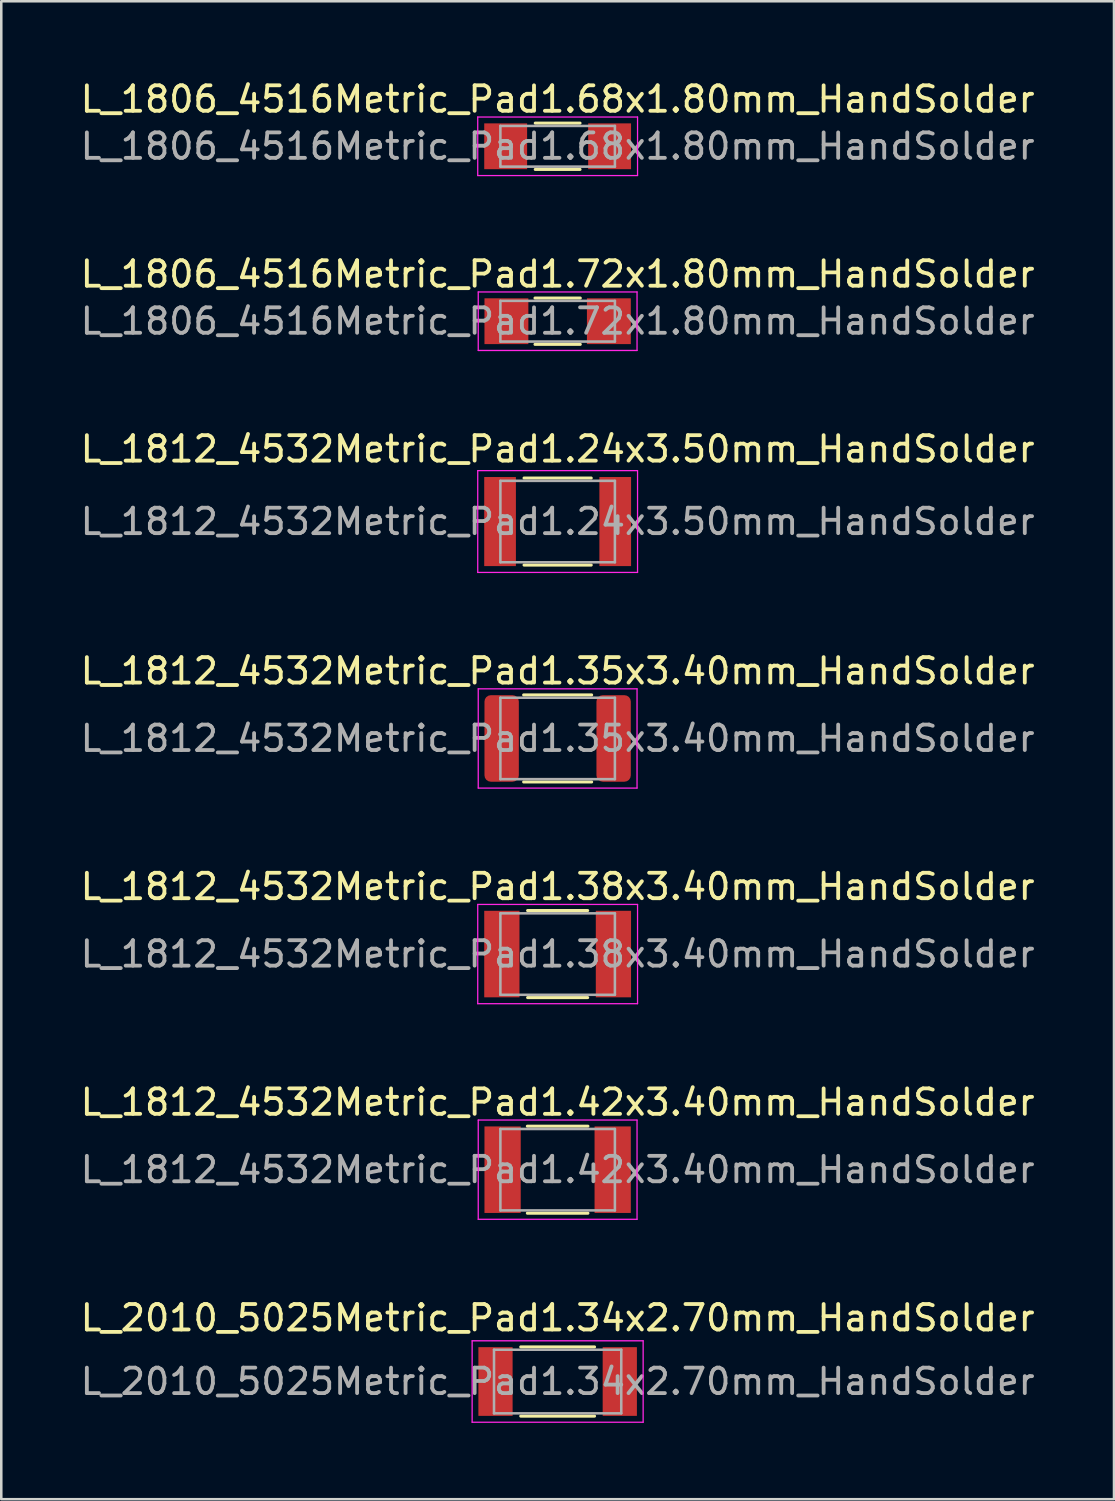
<source format=kicad_pcb>
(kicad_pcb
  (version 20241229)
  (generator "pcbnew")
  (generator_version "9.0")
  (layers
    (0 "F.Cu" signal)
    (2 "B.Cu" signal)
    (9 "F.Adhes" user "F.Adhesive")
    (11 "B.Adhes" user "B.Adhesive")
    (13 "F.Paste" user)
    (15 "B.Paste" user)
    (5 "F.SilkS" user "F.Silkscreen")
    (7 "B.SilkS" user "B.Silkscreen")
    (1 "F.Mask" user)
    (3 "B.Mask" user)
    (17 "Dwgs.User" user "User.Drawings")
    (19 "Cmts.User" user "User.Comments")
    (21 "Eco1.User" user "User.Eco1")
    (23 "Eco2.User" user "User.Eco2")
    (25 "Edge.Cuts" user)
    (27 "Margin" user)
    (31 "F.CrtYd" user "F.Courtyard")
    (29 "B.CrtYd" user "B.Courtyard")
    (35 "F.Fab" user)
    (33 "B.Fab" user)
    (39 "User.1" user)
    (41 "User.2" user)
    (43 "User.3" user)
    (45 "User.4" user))
  (footprint "L_1812_4532Metric_Pad1.35x3.40mm_HandSolder"
    (layer "F.Cu")
    (at 18.863 25.968)
    (property "Reference" "L_1812_4532Metric_Pad1.35x3.40mm_HandSolder" (at 0 -2.65 0) (layer "F.SilkS") (effects (font (size 1 1) (thickness 0.15))))
    (attr smd)
    (fp_line (start -1.336 -1.71) (end 1.336 -1.71) (stroke (width 0.12) (type solid)) (layer "F.SilkS"))
    (fp_line (start -1.336 1.71) (end 1.336 1.71) (stroke (width 0.12) (type solid)) (layer "F.SilkS"))
    (fp_line (start -3.12 -1.95) (end 3.12 -1.95) (stroke (width 0.05) (type solid)) (layer "F.CrtYd"))
    (fp_line (start -3.12 1.95) (end -3.12 -1.95) (stroke (width 0.05) (type solid)) (layer "F.CrtYd"))
    (fp_line (start 3.12 -1.95) (end 3.12 1.95) (stroke (width 0.05) (type solid)) (layer "F.CrtYd"))
    (fp_line (start 3.12 1.95) (end -3.12 1.95) (stroke (width 0.05) (type solid)) (layer "F.CrtYd"))
    (fp_line (start -2.25 -1.6) (end 2.25 -1.6) (stroke (width 0.1) (type solid)) (layer "F.Fab"))
    (fp_line (start -2.25 1.6) (end -2.25 -1.6) (stroke (width 0.1) (type solid)) (layer "F.Fab"))
    (fp_line (start 2.25 -1.6) (end 2.25 1.6) (stroke (width 0.1) (type solid)) (layer "F.Fab"))
    (fp_line (start 2.25 1.6) (end -2.25 1.6) (stroke (width 0.1) (type solid)) (layer "F.Fab"))
    (fp_text user "${REFERENCE}" (at 0 0 0) (layer "F.Fab") (effects (font (size 1 1) (thickness 0.15))))
    (pad "1" smd roundrect (at -2.2 0) (size 1.35 3.4) (layers "F.Cu" "F.Mask" "F.Paste") (roundrect_rratio 0.185))
    (pad "2" smd roundrect (at 2.2 0) (size 1.35 3.4) (layers "F.Cu" "F.Mask" "F.Paste") (roundrect_rratio 0.185)))
  (footprint "L_1812_4532Metric_Pad1.38x3.40mm_HandSolder"
    (layer "F.Cu")
    (at 18.863 34.441)
    (property "Reference" "L_1812_4532Metric_Pad1.38x3.40mm_HandSolder" (at 0 -2.65 0) (layer "F.SilkS") (effects (font (size 1 1) (thickness 0.15))))
    (attr smd)
    (fp_line (start -1.18 -1.71) (end 1.18 -1.71) (stroke (width 0.12) (type solid)) (layer "F.SilkS"))
    (fp_line (start -1.18 1.71) (end 1.18 1.71) (stroke (width 0.12) (type solid)) (layer "F.SilkS"))
    (fp_line (start -3.14 -1.95) (end 3.14 -1.95) (stroke (width 0.05) (type solid)) (layer "F.CrtYd"))
    (fp_line (start -3.14 1.95) (end -3.14 -1.95) (stroke (width 0.05) (type solid)) (layer "F.CrtYd"))
    (fp_line (start 3.14 -1.95) (end 3.14 1.95) (stroke (width 0.05) (type solid)) (layer "F.CrtYd"))
    (fp_line (start 3.14 1.95) (end -3.14 1.95) (stroke (width 0.05) (type solid)) (layer "F.CrtYd"))
    (fp_line (start -2.25 -1.6) (end 2.25 -1.6) (stroke (width 0.1) (type solid)) (layer "F.Fab"))
    (fp_line (start -2.25 1.6) (end -2.25 -1.6) (stroke (width 0.1) (type solid)) (layer "F.Fab"))
    (fp_line (start 2.25 -1.6) (end 2.25 1.6) (stroke (width 0.1) (type solid)) (layer "F.Fab"))
    (fp_line (start 2.25 1.6) (end -2.25 1.6) (stroke (width 0.1) (type solid)) (layer "F.Fab"))
    (fp_text user "${REFERENCE}" (at 0 0 0) (layer "F.Fab") (effects (font (size 1 1) (thickness 0.15))))
    (pad "1" smd rect (at -2.192 0) (size 1.385 3.4) (layers "F.Cu" "F.Mask" "F.Paste"))
    (pad "2" smd rect (at 2.192 0) (size 1.385 3.4) (layers "F.Cu" "F.Mask" "F.Paste")))
  (footprint "L_1812_4532Metric_Pad1.24x3.50mm_HandSolder"
    (layer "F.Cu")
    (at 18.863 17.445)
    (property "Reference" "L_1812_4532Metric_Pad1.24x3.50mm_HandSolder" (at 0 -2.85 0) (layer "F.SilkS") (effects (font (size 1 1) (thickness 0.15))))
    (attr smd)
    (fp_line (start -1.32 -1.71) (end 1.32 -1.71) (stroke (width 0.12) (type solid)) (layer "F.SilkS"))
    (fp_line (start -1.32 1.71) (end 1.32 1.71) (stroke (width 0.12) (type solid)) (layer "F.SilkS"))
    (fp_line (start -3.14 -2) (end 3.14 -2) (stroke (width 0.05) (type solid)) (layer "F.CrtYd"))
    (fp_line (start -3.14 2) (end -3.14 -2) (stroke (width 0.05) (type solid)) (layer "F.CrtYd"))
    (fp_line (start 3.14 -2) (end 3.14 2) (stroke (width 0.05) (type solid)) (layer "F.CrtYd"))
    (fp_line (start 3.14 2) (end -3.14 2) (stroke (width 0.05) (type solid)) (layer "F.CrtYd"))
    (fp_line (start -2.25 -1.6) (end 2.25 -1.6) (stroke (width 0.1) (type solid)) (layer "F.Fab"))
    (fp_line (start -2.25 1.6) (end -2.25 -1.6) (stroke (width 0.1) (type solid)) (layer "F.Fab"))
    (fp_line (start 2.25 -1.6) (end 2.25 1.6) (stroke (width 0.1) (type solid)) (layer "F.Fab"))
    (fp_line (start 2.25 1.6) (end -2.25 1.6) (stroke (width 0.1) (type solid)) (layer "F.Fab"))
    (fp_text user "${REFERENCE}" (at 0 0 0) (layer "F.Fab") (effects (font (size 1 1) (thickness 0.15))))
    (pad "1" smd rect (at -2.263 0) (size 1.245 3.5) (layers "F.Cu" "F.Mask" "F.Paste"))
    (pad "2" smd rect (at 2.263 0) (size 1.245 3.5) (layers "F.Cu" "F.Mask" "F.Paste")))
  (footprint "L_2010_5025Metric_Pad1.34x2.70mm_HandSolder"
    (layer "F.Cu")
    (at 18.863 51.238)
    (property "Reference" "L_2010_5025Metric_Pad1.34x2.70mm_HandSolder" (at 0 -2.5 0) (layer "F.SilkS") (effects (font (size 1 1) (thickness 0.15))))
    (attr smd)
    (fp_line (start -1.45 -1.36) (end 1.45 -1.36) (stroke (width 0.12) (type solid)) (layer "F.SilkS"))
    (fp_line (start -1.45 1.36) (end 1.45 1.36) (stroke (width 0.12) (type solid)) (layer "F.SilkS"))
    (fp_line (start -3.36 -1.6) (end 3.36 -1.6) (stroke (width 0.05) (type solid)) (layer "F.CrtYd"))
    (fp_line (start -3.36 1.6) (end -3.36 -1.6) (stroke (width 0.05) (type solid)) (layer "F.CrtYd"))
    (fp_line (start 3.36 -1.6) (end 3.36 1.6) (stroke (width 0.05) (type solid)) (layer "F.CrtYd"))
    (fp_line (start 3.36 1.6) (end -3.36 1.6) (stroke (width 0.05) (type solid)) (layer "F.CrtYd"))
    (fp_line (start -2.5 -1.25) (end 2.5 -1.25) (stroke (width 0.1) (type solid)) (layer "F.Fab"))
    (fp_line (start -2.5 1.25) (end -2.5 -1.25) (stroke (width 0.1) (type solid)) (layer "F.Fab"))
    (fp_line (start 2.5 -1.25) (end 2.5 1.25) (stroke (width 0.1) (type solid)) (layer "F.Fab"))
    (fp_line (start 2.5 1.25) (end -2.5 1.25) (stroke (width 0.1) (type solid)) (layer "F.Fab"))
    (fp_text user "${REFERENCE}" (at 0 0 0) (layer "F.Fab") (effects (font (size 1 1) (thickness 0.15))))
    (pad "1" smd rect (at -2.442 0) (size 1.345 2.7) (layers "F.Cu" "F.Mask" "F.Paste"))
    (pad "2" smd rect (at 2.442 0) (size 1.345 2.7) (layers "F.Cu" "F.Mask" "F.Paste")))
  (footprint "L_1812_4532Metric_Pad1.42x3.40mm_HandSolder"
    (layer "F.Cu")
    (at 18.863 42.914)
    (property "Reference" "L_1812_4532Metric_Pad1.42x3.40mm_HandSolder" (at 0 -2.65 0) (layer "F.SilkS") (effects (font (size 1 1) (thickness 0.15))))
    (attr smd)
    (fp_line (start -1.19 -1.71) (end 1.19 -1.71) (stroke (width 0.12) (type solid)) (layer "F.SilkS"))
    (fp_line (start -1.19 1.71) (end 1.19 1.71) (stroke (width 0.12) (type solid)) (layer "F.SilkS"))
    (fp_line (start -3.12 -1.95) (end 3.12 -1.95) (stroke (width 0.05) (type solid)) (layer "F.CrtYd"))
    (fp_line (start -3.12 1.95) (end -3.12 -1.95) (stroke (width 0.05) (type solid)) (layer "F.CrtYd"))
    (fp_line (start 3.12 -1.95) (end 3.12 1.95) (stroke (width 0.05) (type solid)) (layer "F.CrtYd"))
    (fp_line (start 3.12 1.95) (end -3.12 1.95) (stroke (width 0.05) (type solid)) (layer "F.CrtYd"))
    (fp_line (start -2.25 -1.6) (end 2.25 -1.6) (stroke (width 0.1) (type solid)) (layer "F.Fab"))
    (fp_line (start -2.25 1.6) (end -2.25 -1.6) (stroke (width 0.1) (type solid)) (layer "F.Fab"))
    (fp_line (start 2.25 -1.6) (end 2.25 1.6) (stroke (width 0.1) (type solid)) (layer "F.Fab"))
    (fp_line (start 2.25 1.6) (end -2.25 1.6) (stroke (width 0.1) (type solid)) (layer "F.Fab"))
    (fp_text user "${REFERENCE}" (at 0 0 0) (layer "F.Fab") (effects (font (size 1 1) (thickness 0.15))))
    (pad "1" smd rect (at -2.163 0) (size 1.425 3.4) (layers "F.Cu" "F.Mask" "F.Paste"))
    (pad "2" smd rect (at 2.163 0) (size 1.425 3.4) (layers "F.Cu" "F.Mask" "F.Paste")))
  (footprint "L_1806_4516Metric_Pad1.68x1.80mm_HandSolder"
    (layer "F.Cu")
    (at 18.863 2.698)
    (property "Reference" "L_1806_4516Metric_Pad1.68x1.80mm_HandSolder" (at 0 -1.85 0) (layer "F.SilkS") (effects (font (size 1 1) (thickness 0.15))))
    (attr smd)
    (fp_line (start -0.88 -0.91) (end 0.88 -0.91) (stroke (width 0.12) (type solid)) (layer "F.SilkS"))
    (fp_line (start -0.88 0.91) (end 0.88 0.91) (stroke (width 0.12) (type solid)) (layer "F.SilkS"))
    (fp_line (start -3.14 -1.15) (end 3.14 -1.15) (stroke (width 0.05) (type solid)) (layer "F.CrtYd"))
    (fp_line (start -3.14 1.15) (end -3.14 -1.15) (stroke (width 0.05) (type solid)) (layer "F.CrtYd"))
    (fp_line (start 3.14 -1.15) (end 3.14 1.15) (stroke (width 0.05) (type solid)) (layer "F.CrtYd"))
    (fp_line (start 3.14 1.15) (end -3.14 1.15) (stroke (width 0.05) (type solid)) (layer "F.CrtYd"))
    (fp_line (start -2.25 -0.8) (end 2.25 -0.8) (stroke (width 0.1) (type solid)) (layer "F.Fab"))
    (fp_line (start -2.25 0.8) (end -2.25 -0.8) (stroke (width 0.1) (type solid)) (layer "F.Fab"))
    (fp_line (start 2.25 -0.8) (end 2.25 0.8) (stroke (width 0.1) (type solid)) (layer "F.Fab"))
    (fp_line (start 2.25 0.8) (end -2.25 0.8) (stroke (width 0.1) (type solid)) (layer "F.Fab"))
    (fp_text user "${REFERENCE}" (at 0 0 0) (layer "F.Fab") (effects (font (size 1 1) (thickness 0.15))))
    (pad "1" smd rect (at -2.042 0) (size 1.685 1.8) (layers "F.Cu" "F.Mask" "F.Paste"))
    (pad "2" smd rect (at 2.042 0) (size 1.685 1.8) (layers "F.Cu" "F.Mask" "F.Paste")))
  (footprint "L_1806_4516Metric_Pad1.72x1.80mm_HandSolder"
    (layer "F.Cu")
    (at 18.863 9.572)
    (property "Reference" "L_1806_4516Metric_Pad1.72x1.80mm_HandSolder" (at 0 -1.85 0) (layer "F.SilkS") (effects (font (size 1 1) (thickness 0.15))))
    (attr smd)
    (fp_line (start -0.89 -0.91) (end 0.89 -0.91) (stroke (width 0.12) (type solid)) (layer "F.SilkS"))
    (fp_line (start -0.89 0.91) (end 0.89 0.91) (stroke (width 0.12) (type solid)) (layer "F.SilkS"))
    (fp_line (start -3.12 -1.15) (end 3.12 -1.15) (stroke (width 0.05) (type solid)) (layer "F.CrtYd"))
    (fp_line (start -3.12 1.15) (end -3.12 -1.15) (stroke (width 0.05) (type solid)) (layer "F.CrtYd"))
    (fp_line (start 3.12 -1.15) (end 3.12 1.15) (stroke (width 0.05) (type solid)) (layer "F.CrtYd"))
    (fp_line (start 3.12 1.15) (end -3.12 1.15) (stroke (width 0.05) (type solid)) (layer "F.CrtYd"))
    (fp_line (start -2.25 -0.8) (end 2.25 -0.8) (stroke (width 0.1) (type solid)) (layer "F.Fab"))
    (fp_line (start -2.25 0.8) (end -2.25 -0.8) (stroke (width 0.1) (type solid)) (layer "F.Fab"))
    (fp_line (start 2.25 -0.8) (end 2.25 0.8) (stroke (width 0.1) (type solid)) (layer "F.Fab"))
    (fp_line (start 2.25 0.8) (end -2.25 0.8) (stroke (width 0.1) (type solid)) (layer "F.Fab"))
    (fp_text user "${REFERENCE}" (at 0 0 0) (layer "F.Fab") (effects (font (size 1 1) (thickness 0.15))))
    (pad "1" smd rect (at -2.013 0) (size 1.725 1.8) (layers "F.Cu" "F.Mask" "F.Paste"))
    (pad "2" smd rect (at 2.013 0) (size 1.725 1.8) (layers "F.Cu" "F.Mask" "F.Paste")))
  (gr_rect
    (start -3 -3)
    (end 40.726 55.863)
    (stroke (width 0.1) (type default))
    (fill no)
    (layer "Edge.Cuts")))
</source>
